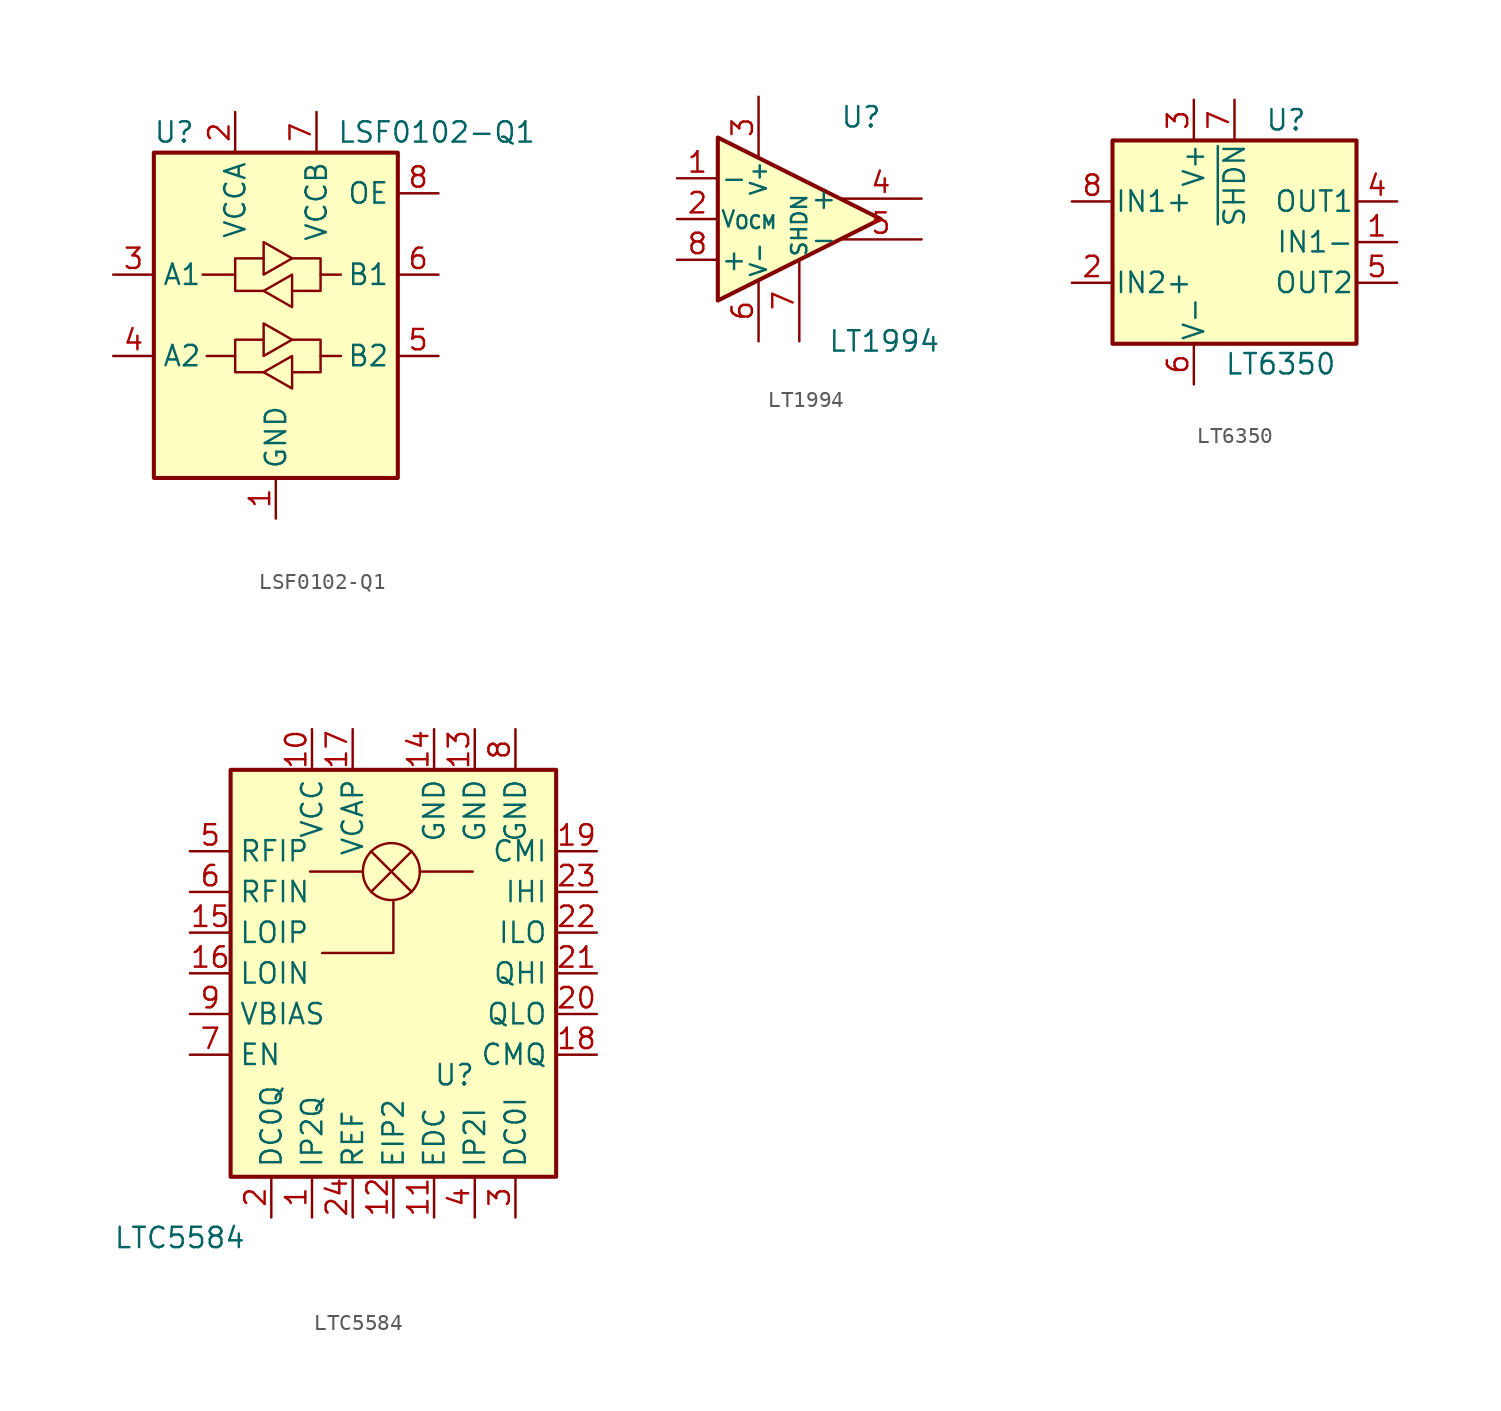
<source format=kicad_sym>
(kicad_symbol_lib
  (version 20231120)
  (generator "kicad_symbol_editor")
  (generator_version "8.0")
  (symbol "LSF0102-Q1"
    (property "Reference" "U"
      (at -6.35 11.43 0)
      (effects (font (size 1.27 1.27))))
    (property "Value" "LSF0102-Q1"
      (at 3.81 11.43 0)
      (effects (font (size 1.27 1.27)) (justify left)))
    (symbol "LSF0102-Q1_0_1"
      (rectangle (start -7.62 10.16) (end 7.62 -10.16) (stroke (width 0.254) (type default)) (fill (type background)))
      (polyline (pts (xy -2.54 -2.54) (xy -2.54 -1.524) (xy -0.762 -1.524)) (stroke (width 0) (type default)) (fill (type none)))
      (polyline (pts (xy -2.54 2.54) (xy -2.54 3.556) (xy -0.762 3.556)) (stroke (width 0) (type default)) (fill (type none)))
      (polyline (pts (xy 2.794 -2.54) (xy 2.794 -3.556) (xy 1.016 -3.556)) (stroke (width 0) (type default)) (fill (type none)))
      (polyline (pts (xy 2.794 2.54) (xy 2.794 1.524) (xy 1.016 1.524)) (stroke (width 0) (type default)) (fill (type none)))
      (polyline (pts (xy -0.762 -3.556) (xy -2.54 -3.556) (xy -2.54 -2.54) (xy -4.318 -2.54)) (stroke (width 0) (type default)) (fill (type none)))
      (polyline (pts (xy -0.762 -2.54) (xy -0.762 -0.508) (xy 1.016 -1.524) (xy -0.762 -2.54)) (stroke (width 0) (type default)) (fill (type background)))
      (polyline (pts (xy -0.762 1.524) (xy -2.54 1.524) (xy -2.54 2.54) (xy -4.572 2.54)) (stroke (width 0) (type default)) (fill (type none)))
      (polyline (pts (xy -0.762 2.54) (xy -0.762 4.572) (xy 1.016 3.556) (xy -0.762 2.54)) (stroke (width 0) (type default)) (fill (type none)))
      (polyline (pts (xy 1.016 -2.54) (xy 1.016 -4.572) (xy -0.762 -3.556) (xy 1.016 -2.54)) (stroke (width 0) (type default)) (fill (type none)))
      (polyline (pts (xy 1.016 -1.524) (xy 2.794 -1.524) (xy 2.794 -2.54) (xy 4.064 -2.54)) (stroke (width 0) (type default)) (fill (type none)))
      (polyline (pts (xy 1.016 3.556) (xy 2.794 3.556) (xy 2.794 2.54) (xy 4.064 2.54)) (stroke (width 0) (type default)) (fill (type none)))
      (polyline (pts (xy 1.016 2.54) (xy 1.016 0.762) (xy 1.016 0.508) (xy -0.762 1.524) (xy 1.016 2.54)) (stroke (width 0) (type default)) (fill (type none))))
    (symbol "LSF0102-Q1_1_1"
      (pin power_in line (at 0 -12.7 90) (length 2.54) (name "GND" (effects (font (size 1.27 1.27)))) (number "1" (effects (font (size 1.27 1.27)))))
      (pin power_in line (at -2.54 12.7 270) (length 2.54) (name "VCCA" (effects (font (size 1.27 1.27)))) (number "2" (effects (font (size 1.27 1.27)))))
      (pin bidirectional line (at -10.16 2.54 0) (length 2.54) (name "A1" (effects (font (size 1.27 1.27)))) (number "3" (effects (font (size 1.27 1.27)))))
      (pin bidirectional line (at -10.16 -2.54 0) (length 2.54) (name "A2" (effects (font (size 1.27 1.27)))) (number "4" (effects (font (size 1.27 1.27)))))
      (pin bidirectional line (at 10.16 -2.54 180) (length 2.54) (name "B2" (effects (font (size 1.27 1.27)))) (number "5" (effects (font (size 1.27 1.27)))))
      (pin bidirectional line (at 10.16 2.54 180) (length 2.54) (name "B1" (effects (font (size 1.27 1.27)))) (number "6" (effects (font (size 1.27 1.27)))))
      (pin power_in line (at 2.54 12.7 270) (length 2.54) (name "VCCB" (effects (font (size 1.27 1.27)))) (number "7" (effects (font (size 1.27 1.27)))))
      (pin input line (at 10.16 7.62 180) (length 2.54) (name "OE" (effects (font (size 1.27 1.27)))) (number "8" (effects (font (size 1.27 1.27)))))))
  (symbol "LT1994"
    (pin_names
      (offset 0.127))
    (property "Reference" "U"
      (at 2.54 6.35 0)
      (effects (font (size 1.27 1.27)) (justify left)))
    (property "Value" "LT1994"
      (at 1.778 -7.62 0)
      (effects (font (size 1.27 1.27)) (justify left)))
    (symbol "LT1994_0_1"
      (polyline (pts (xy 5.08 0) (xy -5.08 5.08) (xy -5.08 -5.08) (xy 5.08 0)) (stroke (width 0.254) (type default)) (fill (type background))))
    (symbol "LT1994_1_1"
      (pin input line (at -7.62 2.54 0) (length 2.54) (name "-" (effects (font (size 1.27 1.27)))) (number "1" (effects (font (size 1.27 1.27)))))
      (pin input line (at -7.62 0 0) (length 2.54) (name "V_{OCM}" (effects (font (size 1 1)))) (number "2" (effects (font (size 1.27 1.27)))))
      (pin power_in line (at -2.54 7.62 270) (length 3.81) (name "V+" (effects (font (size 1 1)))) (number "3" (effects (font (size 1.27 1.27)))))
      (pin output line (at 7.62 1.27 180) (length 5.08) (name "+" (effects (font (size 1.27 1.27)))) (number "4" (effects (font (size 1.27 1.27)))))
      (pin output line (at 7.62 -1.27 180) (length 5.08) (name "-" (effects (font (size 1.27 1.27)))) (number "5" (effects (font (size 1.27 1.27)))))
      (pin power_in line (at -2.54 -7.62 90) (length 3.81) (name "V-" (effects (font (size 1 1)))) (number "6" (effects (font (size 1.27 1.27)))))
      (pin power_in line (at 0 -7.62 90) (length 5.08) (name "SHDN" (effects (font (size 0.95 0.95)))) (number "7" (effects (font (size 1.27 1.27)))))
      (pin input line (at -7.62 -2.54 0) (length 2.54) (name "+" (effects (font (size 1.27 1.27)))) (number "8" (effects (font (size 1.27 1.27)))))))
  (symbol "LT6350"
    (pin_names
      (offset 0.127))
    (property "Reference" "U"
      (at 4.445 7.62 0)
      (effects (font (size 1.27 1.27)) (justify left)))
    (property "Value" "LT6350"
      (at 1.905 -7.62 0)
      (effects (font (size 1.27 1.27)) (justify left)))
    (symbol "LT6350_1_1"
      (rectangle (start -5.08 6.35) (end 10.16 -6.35) (stroke (width 0.254) (type solid)) (fill (type background)))
      (pin input line (at 12.7 0 180) (length 2.54) (name "IN1-" (effects (font (size 1.27 1.27)))) (number "1" (effects (font (size 1.27 1.27)))))
      (pin input line (at -7.62 -2.54 0) (length 2.54) (name "IN2+" (effects (font (size 1.27 1.27)))) (number "2" (effects (font (size 1.27 1.27)))))
      (pin power_in line (at 0 8.89 270) (length 2.54) (name "V+" (effects (font (size 1.27 1.27)))) (number "3" (effects (font (size 1.27 1.27)))))
      (pin output line (at 12.7 2.54 180) (length 2.54) (name "OUT1" (effects (font (size 1.27 1.27)))) (number "4" (effects (font (size 1.27 1.27)))))
      (pin output line (at 12.7 -2.54 180) (length 2.54) (name "OUT2" (effects (font (size 1.27 1.27)))) (number "5" (effects (font (size 1.27 1.27)))))
      (pin power_in line (at 0 -8.89 90) (length 2.54) (name "V-" (effects (font (size 1.27 1.27)))) (number "6" (effects (font (size 1.27 1.27)))))
      (pin passive line (at 2.54 8.89 270) (length 2.54) (name "~{SHDN}" (effects (font (size 1.27 1.27)))) (number "7" (effects (font (size 1.27 1.27)))))
      (pin input line (at -7.62 2.54 0) (length 2.54) (name "IN1+" (effects (font (size 1.27 1.27)))) (number "8" (effects (font (size 1.27 1.27)))))))
  (symbol "LTC5584"
    (property "Reference" "U"
      (at 3.81 -6.35 0)
      (effects (font (size 1.27 1.27))))
    (property "Value" "LTC5584"
      (at -13.335 -16.51 0)
      (effects (font (size 1.27 1.27))))
    (symbol "LTC5584_0_1"
      (rectangle (start -10.16 12.7) (end 10.16 -12.7) (stroke (width 0.254) (type default)) (fill (type background)))
      (polyline (pts (xy 0 4.445) (xy 0 1.27) (xy -4.445 1.27)) (stroke (width 0) (type default)) (fill (type none))))
    (symbol "LTC5584_1_1"
      (circle (center -0.127 6.35) (radius 1.778) (stroke (width 0) (type default)) (fill (type none)))
      (polyline (pts (xy -1.905 6.35) (xy -5.207 6.35)) (stroke (width 0) (type default)) (fill (type none)))
      (polyline (pts (xy -1.397 5.08) (xy 1.143 7.62)) (stroke (width 0) (type default)) (fill (type none)))
      (polyline (pts (xy -1.397 7.62) (xy 1.143 5.08)) (stroke (width 0) (type default)) (fill (type none)))
      (polyline (pts (xy 1.651 6.35) (xy 4.953 6.35)) (stroke (width 0) (type default)) (fill (type none)))
      (pin power_in line (at -5.08 -15.24 90) (length 2.54) (name "IP2Q" (effects (font (size 1.27 1.27)))) (number "1" (effects (font (size 1.27 1.27)))))
      (pin power_in line (at -5.08 15.24 270) (length 2.54) (name "VCC" (effects (font (size 1.27 1.27)))) (number "10" (effects (font (size 1.27 1.27)))))
      (pin passive line (at 2.54 -15.24 90) (length 2.54) (name "EDC" (effects (font (size 1.27 1.27)))) (number "11" (effects (font (size 1.27 1.27)))))
      (pin passive line (at 0 -15.24 90) (length 2.54) (name "EIP2" (effects (font (size 1.27 1.27)))) (number "12" (effects (font (size 1.27 1.27)))))
      (pin passive line (at 5.08 15.24 270) (length 2.54) (name "GND" (effects (font (size 1.27 1.27)))) (number "13" (effects (font (size 1.27 1.27)))))
      (pin passive line (at 2.54 15.24 270) (length 2.54) (name "GND" (effects (font (size 1.27 1.27)))) (number "14" (effects (font (size 1.27 1.27)))))
      (pin input line (at -12.7 2.54 0) (length 2.54) (name "LOIP" (effects (font (size 1.27 1.27)))) (number "15" (effects (font (size 1.27 1.27)))))
      (pin input line (at -12.7 0 0) (length 2.54) (name "LOIN" (effects (font (size 1.27 1.27)))) (number "16" (effects (font (size 1.27 1.27)))))
      (pin power_in line (at -2.54 15.24 270) (length 2.54) (name "VCAP" (effects (font (size 1.27 1.27)))) (number "17" (effects (font (size 1.27 1.27)))))
      (pin passive line (at 12.7 -5.08 180) (length 2.54) (name "CMQ" (effects (font (size 1.27 1.27)))) (number "18" (effects (font (size 1.27 1.27)))))
      (pin passive line (at 12.7 7.62 180) (length 2.54) (name "CMI" (effects (font (size 1.27 1.27)))) (number "19" (effects (font (size 1.27 1.27)))))
      (pin input line (at -7.62 -15.24 90) (length 2.54) (name "DC0Q" (effects (font (size 1.27 1.27)))) (number "2" (effects (font (size 1.27 1.27)))))
      (pin output line (at 12.7 -2.54 180) (length 2.54) (name "QLO" (effects (font (size 1.27 1.27)))) (number "20" (effects (font (size 1.27 1.27)))))
      (pin output line (at 12.7 0 180) (length 2.54) (name "QHI" (effects (font (size 1.27 1.27)))) (number "21" (effects (font (size 1.27 1.27)))))
      (pin output line (at 12.7 2.54 180) (length 2.54) (name "ILO" (effects (font (size 1.27 1.27)))) (number "22" (effects (font (size 1.27 1.27)))))
      (pin output line (at 12.7 5.08 180) (length 2.54) (name "IHI" (effects (font (size 1.27 1.27)))) (number "23" (effects (font (size 1.27 1.27)))))
      (pin power_in line (at -2.54 -15.24 90) (length 2.54) (name "REF" (effects (font (size 1.27 1.27)))) (number "24" (effects (font (size 1.27 1.27)))))
      (pin passive line (at 7.62 15.24 270) (length 2.54) hide (name "GND" (effects (font (size 1.27 1.27)))) (number "25" (effects (font (size 1.27 1.27)))))
      (pin input line (at 7.62 -15.24 90) (length 2.54) (name "DC0I" (effects (font (size 1.27 1.27)))) (number "3" (effects (font (size 1.27 1.27)))))
      (pin power_in line (at 5.08 -15.24 90) (length 2.54) (name "IP2I" (effects (font (size 1.27 1.27)))) (number "4" (effects (font (size 1.27 1.27)))))
      (pin input line (at -12.7 7.62 0) (length 2.54) (name "RFIP" (effects (font (size 1.27 1.27)))) (number "5" (effects (font (size 1.27 1.27)))))
      (pin input line (at -12.7 5.08 0) (length 2.54) (name "RFIN" (effects (font (size 1.27 1.27)))) (number "6" (effects (font (size 1.27 1.27)))))
      (pin passive line (at -12.7 -5.08 0) (length 2.54) (name "EN" (effects (font (size 1.27 1.27)))) (number "7" (effects (font (size 1.27 1.27)))))
      (pin passive line (at 7.62 15.24 270) (length 2.54) (name "GND" (effects (font (size 1.27 1.27)))) (number "8" (effects (font (size 1.27 1.27)))))
      (pin passive line (at -12.7 -2.54 0) (length 2.54) (name "VBIAS" (effects (font (size 1.27 1.27)))) (number "9" (effects (font (size 1.27 1.27))))))))
</source>
